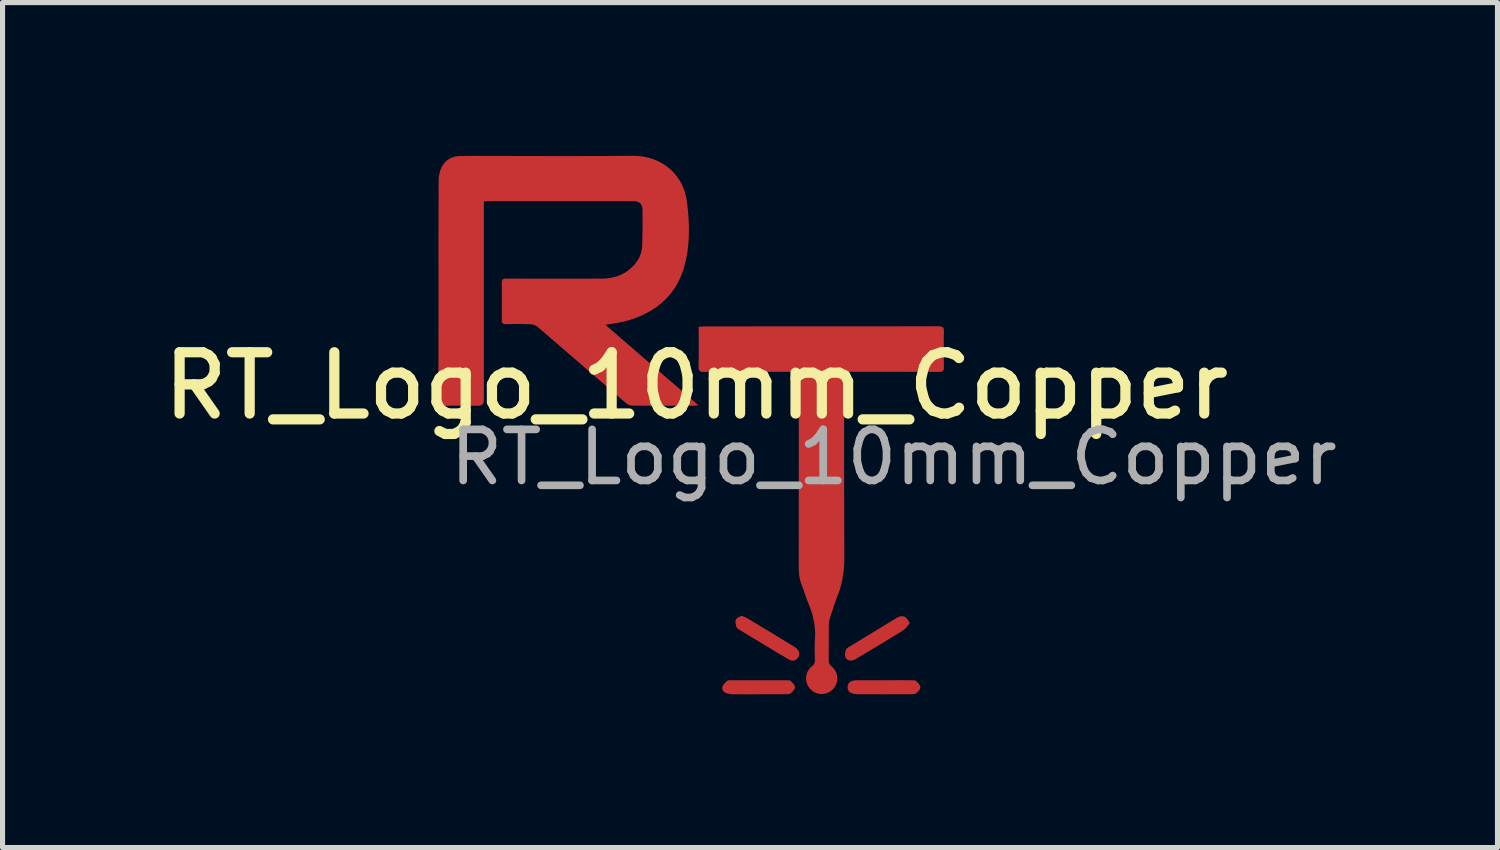
<source format=kicad_pcb>
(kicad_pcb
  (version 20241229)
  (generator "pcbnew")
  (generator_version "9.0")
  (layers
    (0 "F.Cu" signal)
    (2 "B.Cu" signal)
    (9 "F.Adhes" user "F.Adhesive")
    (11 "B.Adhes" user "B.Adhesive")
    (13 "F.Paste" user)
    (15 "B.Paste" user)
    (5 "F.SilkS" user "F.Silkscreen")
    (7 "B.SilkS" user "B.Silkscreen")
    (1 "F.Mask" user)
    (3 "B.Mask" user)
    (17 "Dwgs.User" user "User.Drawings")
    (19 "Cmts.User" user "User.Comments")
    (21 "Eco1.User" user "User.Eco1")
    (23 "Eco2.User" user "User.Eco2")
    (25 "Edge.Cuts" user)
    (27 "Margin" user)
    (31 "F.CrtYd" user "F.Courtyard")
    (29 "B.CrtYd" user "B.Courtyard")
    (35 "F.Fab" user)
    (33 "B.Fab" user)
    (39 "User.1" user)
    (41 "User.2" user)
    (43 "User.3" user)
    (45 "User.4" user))
  (footprint "RT_Logo_10mm_Copper"
    (layer "F.Cu")
    (at 10.58 5.1)
    (property "Reference" "RT_Logo_10mm_Copper" (at 0 -0.6 0) (unlocked yes) (layer "F.SilkS") (effects (font (size 1.2 1.2) (thickness 0.2))))
    (attr smd)
    (fp_poly (pts (xy 4.031 3.913) (xy 4.036 3.913) (xy 4.042 3.914) (xy 4.048 3.915) (xy 4.054 3.916) (xy 4.06 3.917) (xy 4.066 3.919) (xy 4.071 3.921) (xy 4.077 3.924) (xy 4.083 3.927) (xy 4.089 3.93) (xy 4.095 3.933) (xy 4.098 3.935) (xy 4.101 3.937) (xy 4.103 3.94) (xy 4.106 3.942) (xy 4.112 3.947) (xy 4.117 3.953) (xy 4.122 3.959) (xy 4.127 3.965) (xy 4.132 3.972) (xy 4.137 3.979) (xy 4.147 3.994) (xy 4.157 4.011) (xy 4.169 4.028) (xy 4.175 4.037) (xy 4.181 4.046) (xy 4.181 4.046) (xy 4.172 4.056) (xy 4.164 4.066) (xy 4.148 4.086) (xy 4.118 4.124) (xy 4.11 4.133) (xy 4.103 4.142) (xy 4.095 4.151) (xy 4.087 4.159) (xy 4.079 4.166) (xy 4.071 4.173) (xy 4.062 4.18) (xy 4.054 4.186) (xy 3.83 4.324) (xy 3.605 4.461) (xy 3.154 4.732) (xy 3.143 4.738) (xy 3.133 4.744) (xy 3.122 4.75) (xy 3.111 4.756) (xy 3.1 4.761) (xy 3.089 4.766) (xy 3.083 4.768) (xy 3.077 4.77) (xy 3.072 4.772) (xy 3.066 4.774) (xy 3.054 4.777) (xy 3.043 4.779) (xy 3.031 4.78) (xy 3.02 4.781) (xy 3.009 4.78) (xy 2.999 4.779) (xy 2.988 4.776) (xy 2.978 4.773) (xy 2.974 4.771) (xy 2.969 4.769) (xy 2.964 4.767) (xy 2.96 4.764) (xy 2.956 4.762) (xy 2.952 4.759) (xy 2.948 4.755) (xy 2.944 4.752) (xy 2.94 4.748) (xy 2.937 4.744) (xy 2.934 4.74) (xy 2.93 4.736) (xy 2.928 4.731) (xy 2.925 4.726) (xy 2.922 4.721) (xy 2.92 4.716) (xy 2.917 4.708) (xy 2.915 4.7) (xy 2.913 4.692) (xy 2.912 4.683) (xy 2.912 4.674) (xy 2.911 4.665) (xy 2.912 4.656) (xy 2.912 4.646) (xy 2.913 4.637) (xy 2.914 4.628) (xy 2.916 4.618) (xy 2.918 4.609) (xy 2.92 4.6) (xy 2.922 4.591) (xy 2.927 4.573) (xy 2.928 4.571) (xy 2.928 4.568) (xy 2.93 4.566) (xy 2.931 4.564) (xy 2.932 4.561) (xy 2.934 4.559) (xy 2.935 4.557) (xy 2.937 4.554) (xy 2.939 4.552) (xy 2.941 4.55) (xy 2.945 4.546) (xy 2.95 4.542) (xy 2.955 4.537) (xy 2.96 4.534) (xy 2.965 4.53) (xy 2.97 4.526) (xy 2.976 4.522) (xy 2.987 4.515) (xy 2.997 4.509) (xy 3.91 3.953) (xy 3.921 3.946) (xy 3.933 3.94) (xy 3.944 3.934) (xy 3.955 3.929) (xy 3.967 3.924) (xy 3.978 3.92) (xy 3.99 3.917) (xy 4.001 3.915) (xy 4.013 3.913) (xy 4.019 3.913) (xy 4.025 3.913)) (stroke (width 0) (type solid)) (fill yes) (layer "F.Cu"))
    (fp_poly (pts (xy 0.9 3.91) (xy 0.918 3.916) (xy 0.949 3.929) (xy 0.963 3.934) (xy 0.976 3.94) (xy 0.989 3.947) (xy 0.995 3.95) (xy 1.001 3.954) (xy 1.459 4.23) (xy 1.915 4.508) (xy 1.922 4.512) (xy 1.929 4.517) (xy 1.936 4.522) (xy 1.942 4.527) (xy 1.948 4.532) (xy 1.955 4.537) (xy 1.961 4.543) (xy 1.967 4.548) (xy 1.976 4.558) (xy 1.984 4.567) (xy 1.991 4.577) (xy 1.995 4.582) (xy 1.998 4.587) (xy 2.001 4.592) (xy 2.003 4.598) (xy 2.006 4.603) (xy 2.008 4.608) (xy 2.01 4.613) (xy 2.011 4.618) (xy 2.013 4.624) (xy 2.014 4.629) (xy 2.015 4.635) (xy 2.015 4.64) (xy 2.016 4.645) (xy 2.016 4.651) (xy 2.015 4.656) (xy 2.015 4.662) (xy 2.014 4.668) (xy 2.013 4.673) (xy 2.012 4.679) (xy 2.01 4.684) (xy 2.008 4.69) (xy 2.006 4.696) (xy 2.003 4.701) (xy 2.001 4.707) (xy 1.998 4.713) (xy 1.994 4.718) (xy 1.99 4.724) (xy 1.986 4.73) (xy 1.982 4.735) (xy 1.978 4.74) (xy 1.973 4.745) (xy 1.969 4.749) (xy 1.964 4.753) (xy 1.96 4.757) (xy 1.955 4.761) (xy 1.95 4.764) (xy 1.945 4.767) (xy 1.94 4.77) (xy 1.934 4.773) (xy 1.929 4.775) (xy 1.924 4.777) (xy 1.918 4.779) (xy 1.913 4.78) (xy 1.907 4.781) (xy 1.901 4.782) (xy 1.895 4.783) (xy 1.89 4.783) (xy 1.884 4.783) (xy 1.878 4.782) (xy 1.872 4.782) (xy 1.866 4.781) (xy 1.86 4.779) (xy 1.854 4.777) (xy 1.848 4.775) (xy 1.841 4.773) (xy 1.835 4.771) (xy 1.829 4.768) (xy 1.823 4.764) (xy 1.769 4.734) (xy 1.715 4.702) (xy 1.608 4.639) (xy 1.395 4.51) (xy 1.126 4.349) (xy 0.857 4.186) (xy 0.847 4.179) (xy 0.836 4.173) (xy 0.83 4.169) (xy 0.825 4.165) (xy 0.82 4.161) (xy 0.815 4.158) (xy 0.81 4.153) (xy 0.805 4.149) (xy 0.801 4.145) (xy 0.797 4.141) (xy 0.793 4.136) (xy 0.79 4.131) (xy 0.789 4.129) (xy 0.788 4.127) (xy 0.787 4.124) (xy 0.786 4.122) (xy 0.781 4.104) (xy 0.776 4.086) (xy 0.774 4.077) (xy 0.772 4.067) (xy 0.77 4.058) (xy 0.769 4.048) (xy 0.768 4.039) (xy 0.768 4.029) (xy 0.768 4.02) (xy 0.768 4.011) (xy 0.769 4.003) (xy 0.771 3.994) (xy 0.773 3.986) (xy 0.776 3.979) (xy 0.777 3.975) (xy 0.779 3.972) (xy 0.781 3.969) (xy 0.783 3.966) (xy 0.786 3.963) (xy 0.788 3.96) (xy 0.791 3.958) (xy 0.794 3.955) (xy 0.8 3.95) (xy 0.807 3.945) (xy 0.814 3.94) (xy 0.821 3.936) (xy 0.829 3.931) (xy 0.837 3.927) (xy 0.853 3.919) (xy 0.868 3.911) (xy 0.875 3.906) (xy 0.882 3.902)) (stroke (width 0) (type solid)) (fill yes) (layer "F.Cu"))
    (fp_poly (pts (xy 1.798 5.166) (xy 1.804 5.166) (xy 1.81 5.166) (xy 1.816 5.167) (xy 1.821 5.168) (xy 1.827 5.169) (xy 1.831 5.171) (xy 1.836 5.173) (xy 1.838 5.174) (xy 1.84 5.175) (xy 1.842 5.177) (xy 1.844 5.178) (xy 1.858 5.191) (xy 1.873 5.205) (xy 1.88 5.213) (xy 1.887 5.22) (xy 1.894 5.228) (xy 1.9 5.235) (xy 1.907 5.243) (xy 1.912 5.251) (xy 1.917 5.259) (xy 1.922 5.267) (xy 1.924 5.271) (xy 1.925 5.275) (xy 1.927 5.279) (xy 1.928 5.283) (xy 1.93 5.287) (xy 1.93 5.291) (xy 1.931 5.295) (xy 1.932 5.299) (xy 1.932 5.303) (xy 1.932 5.307) (xy 1.931 5.31) (xy 1.931 5.314) (xy 1.93 5.318) (xy 1.929 5.322) (xy 1.927 5.326) (xy 1.926 5.329) (xy 1.922 5.337) (xy 1.917 5.345) (xy 1.912 5.353) (xy 1.907 5.361) (xy 1.901 5.369) (xy 1.894 5.376) (xy 1.888 5.384) (xy 1.881 5.391) (xy 1.874 5.398) (xy 1.867 5.405) (xy 1.86 5.411) (xy 1.853 5.417) (xy 1.851 5.419) (xy 1.848 5.421) (xy 1.846 5.422) (xy 1.843 5.424) (xy 1.838 5.427) (xy 1.832 5.429) (xy 1.826 5.431) (xy 1.82 5.433) (xy 1.813 5.434) (xy 1.807 5.436) (xy 1.8 5.437) (xy 1.793 5.437) (xy 1.786 5.438) (xy 1.779 5.438) (xy 1.765 5.439) (xy 1.752 5.439) (xy 1.619 5.44) (xy 1.486 5.44) (xy 1.22 5.44) (xy 1.22 5.441) (xy 0.958 5.441) (xy 0.827 5.441) (xy 0.696 5.439) (xy 0.69 5.439) (xy 0.683 5.439) (xy 0.676 5.439) (xy 0.67 5.438) (xy 0.663 5.437) (xy 0.657 5.436) (xy 0.644 5.434) (xy 0.631 5.431) (xy 0.618 5.428) (xy 0.605 5.424) (xy 0.593 5.42) (xy 0.582 5.416) (xy 0.572 5.412) (xy 0.562 5.406) (xy 0.558 5.403) (xy 0.553 5.4) (xy 0.549 5.397) (xy 0.545 5.394) (xy 0.541 5.391) (xy 0.537 5.387) (xy 0.534 5.384) (xy 0.53 5.38) (xy 0.527 5.376) (xy 0.524 5.372) (xy 0.521 5.368) (xy 0.519 5.364) (xy 0.517 5.359) (xy 0.515 5.355) (xy 0.513 5.351) (xy 0.511 5.346) (xy 0.51 5.341) (xy 0.509 5.337) (xy 0.508 5.332) (xy 0.508 5.327) (xy 0.507 5.322) (xy 0.508 5.317) (xy 0.508 5.312) (xy 0.509 5.306) (xy 0.51 5.301) (xy 0.511 5.296) (xy 0.514 5.287) (xy 0.517 5.279) (xy 0.521 5.271) (xy 0.526 5.263) (xy 0.531 5.255) (xy 0.537 5.247) (xy 0.542 5.239) (xy 0.549 5.232) (xy 0.555 5.224) (xy 0.562 5.217) (xy 0.569 5.21) (xy 0.576 5.203) (xy 0.591 5.19) (xy 0.605 5.177) (xy 0.607 5.176) (xy 0.609 5.175) (xy 0.611 5.173) (xy 0.613 5.172) (xy 0.615 5.171) (xy 0.618 5.17) (xy 0.622 5.169) (xy 0.628 5.168) (xy 0.633 5.167) (xy 0.639 5.166) (xy 0.645 5.166) (xy 0.651 5.166) (xy 0.657 5.166) (xy 0.669 5.166) (xy 0.681 5.166) (xy 0.692 5.166) (xy 1.756 5.166) (xy 1.78 5.166) (xy 1.792 5.165)) (stroke (width 0) (type solid)) (fill yes) (layer "F.Cu"))
    (fp_poly (pts (xy 4.212 5.166) (xy 4.235 5.166) (xy 4.247 5.166) (xy 4.253 5.166) (xy 4.259 5.166) (xy 4.265 5.167) (xy 4.271 5.168) (xy 4.276 5.169) (xy 4.282 5.17) (xy 4.286 5.172) (xy 4.291 5.174) (xy 4.293 5.175) (xy 4.295 5.176) (xy 4.297 5.177) (xy 4.299 5.179) (xy 4.313 5.192) (xy 4.328 5.206) (xy 4.335 5.213) (xy 4.342 5.221) (xy 4.349 5.229) (xy 4.355 5.236) (xy 4.361 5.244) (xy 4.367 5.252) (xy 4.372 5.26) (xy 4.376 5.268) (xy 4.378 5.272) (xy 4.38 5.277) (xy 4.382 5.281) (xy 4.383 5.285) (xy 4.384 5.289) (xy 4.385 5.293) (xy 4.386 5.297) (xy 4.386 5.301) (xy 4.386 5.305) (xy 4.386 5.308) (xy 4.386 5.312) (xy 4.385 5.316) (xy 4.384 5.319) (xy 4.383 5.323) (xy 4.382 5.327) (xy 4.38 5.331) (xy 4.376 5.339) (xy 4.372 5.347) (xy 4.367 5.355) (xy 4.361 5.362) (xy 4.355 5.37) (xy 4.348 5.378) (xy 4.341 5.385) (xy 4.335 5.392) (xy 4.327 5.399) (xy 4.32 5.406) (xy 4.313 5.412) (xy 4.307 5.418) (xy 4.304 5.42) (xy 4.302 5.422) (xy 4.299 5.423) (xy 4.297 5.425) (xy 4.291 5.427) (xy 4.286 5.43) (xy 4.28 5.432) (xy 4.273 5.434) (xy 4.267 5.435) (xy 4.26 5.436) (xy 4.253 5.437) (xy 4.246 5.438) (xy 4.239 5.439) (xy 4.232 5.439) (xy 4.218 5.44) (xy 4.205 5.44) (xy 3.677 5.441) (xy 3.149 5.44) (xy 3.143 5.44) (xy 3.137 5.439) (xy 3.131 5.439) (xy 3.125 5.438) (xy 3.119 5.438) (xy 3.113 5.437) (xy 3.101 5.435) (xy 3.089 5.433) (xy 3.077 5.43) (xy 3.065 5.427) (xy 3.053 5.423) (xy 3.048 5.421) (xy 3.042 5.419) (xy 3.037 5.417) (xy 3.031 5.415) (xy 3.026 5.412) (xy 3.022 5.409) (xy 3.017 5.407) (xy 3.012 5.404) (xy 3.008 5.401) (xy 3.004 5.398) (xy 3 5.394) (xy 2.996 5.391) (xy 2.993 5.387) (xy 2.989 5.383) (xy 2.986 5.38) (xy 2.983 5.376) (xy 2.98 5.371) (xy 2.978 5.367) (xy 2.975 5.363) (xy 2.973 5.358) (xy 2.971 5.353) (xy 2.969 5.349) (xy 2.967 5.344) (xy 2.966 5.339) (xy 2.965 5.334) (xy 2.964 5.328) (xy 2.963 5.323) (xy 2.962 5.317) (xy 2.962 5.311) (xy 2.962 5.306) (xy 2.962 5.3) (xy 2.962 5.294) (xy 2.963 5.287) (xy 2.963 5.281) (xy 2.964 5.275) (xy 2.965 5.269) (xy 2.967 5.263) (xy 2.968 5.258) (xy 2.97 5.252) (xy 2.972 5.247) (xy 2.974 5.242) (xy 2.977 5.237) (xy 2.979 5.233) (xy 2.982 5.228) (xy 2.985 5.224) (xy 2.988 5.22) (xy 2.991 5.216) (xy 2.995 5.212) (xy 2.999 5.208) (xy 3.003 5.205) (xy 3.007 5.201) (xy 3.011 5.198) (xy 3.015 5.195) (xy 3.02 5.192) (xy 3.025 5.19) (xy 3.029 5.187) (xy 3.04 5.183) (xy 3.051 5.179) (xy 3.062 5.175) (xy 3.074 5.172) (xy 3.083 5.171) (xy 3.092 5.17) (xy 3.102 5.169) (xy 3.111 5.168) (xy 3.12 5.167) (xy 3.129 5.167) (xy 3.138 5.167) (xy 3.147 5.166) (xy 3.679 5.166) (xy 3.679 5.166) (xy 3.679 5.166) (xy 3.946 5.165)) (stroke (width 0) (type solid)) (fill yes) (layer "F.Cu"))
    (fp_poly (pts (xy 4.759 -1.762) (xy 4.771 -1.762) (xy 4.783 -1.76) (xy 4.793 -1.758) (xy 4.798 -1.757) (xy 4.803 -1.756) (xy 4.807 -1.754) (xy 4.811 -1.753) (xy 4.815 -1.751) (xy 4.819 -1.748) (xy 4.822 -1.746) (xy 4.825 -1.743) (xy 4.828 -1.74) (xy 4.831 -1.737) (xy 4.833 -1.734) (xy 4.836 -1.73) (xy 4.838 -1.726) (xy 4.84 -1.722) (xy 4.841 -1.718) (xy 4.843 -1.713) (xy 4.844 -1.708) (xy 4.845 -1.702) (xy 4.846 -1.697) (xy 4.846 -1.691) (xy 4.847 -1.678) (xy 4.847 -1.663) (xy 4.844 -1.487) (xy 4.844 -1.311) (xy 4.844 -1.135) (xy 4.847 -0.959) (xy 4.846 -0.947) (xy 4.846 -0.936) (xy 4.845 -0.93) (xy 4.845 -0.926) (xy 4.844 -0.921) (xy 4.843 -0.916) (xy 4.841 -0.912) (xy 4.84 -0.908) (xy 4.839 -0.905) (xy 4.837 -0.901) (xy 4.835 -0.898) (xy 4.833 -0.895) (xy 4.83 -0.892) (xy 4.828 -0.889) (xy 4.825 -0.887) (xy 4.822 -0.884) (xy 4.819 -0.882) (xy 4.816 -0.881) (xy 4.812 -0.879) (xy 4.809 -0.877) (xy 4.805 -0.876) (xy 4.8 -0.875) (xy 4.796 -0.874) (xy 4.791 -0.873) (xy 4.781 -0.872) (xy 4.77 -0.871) (xy 4.758 -0.871) (xy 3.006 -0.872) (xy 2.894 -0.872) (xy 2.894 -0.872) (xy 2.894 -0.756) (xy 2.893 0.996) (xy 2.898 2.747) (xy 2.897 2.846) (xy 2.892 2.943) (xy 2.888 2.991) (xy 2.883 3.039) (xy 2.877 3.086) (xy 2.869 3.133) (xy 2.861 3.18) (xy 2.852 3.227) (xy 2.841 3.274) (xy 2.829 3.32) (xy 2.816 3.367) (xy 2.801 3.413) (xy 2.785 3.459) (xy 2.768 3.505) (xy 2.746 3.561) (xy 2.726 3.618) (xy 2.706 3.675) (xy 2.686 3.732) (xy 2.649 3.846) (xy 2.612 3.961) (xy 2.61 3.969) (xy 2.608 3.977) (xy 2.606 3.985) (xy 2.604 3.992) (xy 2.601 4.008) (xy 2.598 4.025) (xy 2.596 4.041) (xy 2.595 4.057) (xy 2.594 4.074) (xy 2.594 4.09) (xy 2.592 4.777) (xy 2.592 4.787) (xy 2.592 4.796) (xy 2.593 4.804) (xy 2.595 4.813) (xy 2.597 4.821) (xy 2.599 4.828) (xy 2.602 4.836) (xy 2.605 4.843) (xy 2.608 4.85) (xy 2.613 4.856) (xy 2.617 4.863) (xy 2.622 4.869) (xy 2.628 4.875) (xy 2.634 4.882) (xy 2.641 4.888) (xy 2.648 4.894) (xy 2.661 4.905) (xy 2.673 4.917) (xy 2.684 4.929) (xy 2.695 4.942) (xy 2.705 4.955) (xy 2.713 4.968) (xy 2.722 4.981) (xy 2.729 4.995) (xy 2.736 5.01) (xy 2.742 5.024) (xy 2.747 5.039) (xy 2.751 5.053) (xy 2.754 5.068) (xy 2.757 5.084) (xy 2.759 5.099) (xy 2.76 5.114) (xy 2.761 5.129) (xy 2.76 5.145) (xy 2.759 5.16) (xy 2.757 5.175) (xy 2.754 5.19) (xy 2.751 5.206) (xy 2.746 5.22) (xy 2.741 5.235) (xy 2.735 5.25) (xy 2.729 5.264) (xy 2.721 5.278) (xy 2.713 5.292) (xy 2.704 5.305) (xy 2.694 5.318) (xy 2.683 5.331) (xy 2.672 5.343) (xy 2.66 5.355) (xy 2.648 5.365) (xy 2.636 5.375) (xy 2.623 5.384) (xy 2.61 5.392) (xy 2.597 5.4) (xy 2.583 5.407) (xy 2.569 5.413) (xy 2.555 5.418) (xy 2.541 5.423) (xy 2.526 5.427) (xy 2.512 5.43) (xy 2.497 5.432) (xy 2.482 5.434) (xy 2.467 5.435) (xy 2.452 5.435) (xy 2.437 5.435) (xy 2.422 5.433) (xy 2.408 5.432) (xy 2.393 5.429) (xy 2.378 5.425) (xy 2.364 5.421) (xy 2.349 5.416) (xy 2.335 5.411) (xy 2.321 5.404) (xy 2.308 5.397) (xy 2.294 5.389) (xy 2.281 5.381) (xy 2.269 5.371) (xy 2.256 5.361) (xy 2.245 5.351) (xy 2.233 5.339) (xy 2.222 5.327) (xy 2.211 5.314) (xy 2.202 5.301) (xy 2.193 5.287) (xy 2.185 5.273) (xy 2.178 5.259) (xy 2.171 5.245) (xy 2.166 5.23) (xy 2.161 5.215) (xy 2.157 5.2) (xy 2.153 5.185) (xy 2.151 5.17) (xy 2.149 5.155) (xy 2.148 5.139) (xy 2.148 5.124) (xy 2.149 5.109) (xy 2.15 5.094) (xy 2.152 5.078) (xy 2.155 5.063) (xy 2.159 5.048) (xy 2.164 5.033) (xy 2.169 5.019) (xy 2.175 5.005) (xy 2.182 4.99) (xy 2.19 4.977) (xy 2.198 4.963) (xy 2.207 4.95) (xy 2.217 4.937) (xy 2.228 4.925) (xy 2.24 4.913) (xy 2.252 4.902) (xy 2.265 4.891) (xy 2.273 4.884) (xy 2.281 4.877) (xy 2.287 4.871) (xy 2.293 4.864) (xy 2.296 4.86) (xy 2.298 4.857) (xy 2.301 4.853) (xy 2.303 4.849) (xy 2.305 4.846) (xy 2.307 4.842) (xy 2.309 4.838) (xy 2.311 4.835) (xy 2.314 4.827) (xy 2.316 4.819) (xy 2.318 4.811) (xy 2.319 4.802) (xy 2.32 4.794) (xy 2.321 4.785) (xy 2.321 4.775) (xy 2.321 4.766) (xy 2.317 4.573) (xy 2.317 4.525) (xy 2.318 4.477) (xy 2.319 4.429) (xy 2.322 4.381) (xy 2.325 4.334) (xy 2.326 4.288) (xy 2.326 4.242) (xy 2.324 4.196) (xy 2.321 4.15) (xy 2.316 4.105) (xy 2.31 4.06) (xy 2.302 4.015) (xy 2.293 3.971) (xy 2.283 3.926) (xy 2.272 3.882) (xy 2.259 3.839) (xy 2.245 3.795) (xy 2.23 3.751) (xy 2.213 3.708) (xy 2.196 3.665) (xy 2.177 3.619) (xy 2.16 3.574) (xy 2.128 3.481) (xy 2.096 3.388) (xy 2.079 3.342) (xy 2.062 3.296) (xy 2.054 3.275) (xy 2.047 3.255) (xy 2.04 3.234) (xy 2.035 3.213) (xy 2.029 3.191) (xy 2.025 3.17) (xy 2.021 3.149) (xy 2.017 3.128) (xy 2.014 3.106) (xy 2.012 3.085) (xy 2.008 3.041) (xy 2.006 2.997) (xy 2.005 2.953) (xy 2.007 -0.747) (xy 2.007 -0.823) (xy 2.007 -0.836) (xy 2.006 -0.841) (xy 2.005 -0.846) (xy 2.004 -0.85) (xy 2.002 -0.854) (xy 2 -0.857) (xy 1.998 -0.86) (xy 1.995 -0.863) (xy 1.992 -0.865) (xy 1.988 -0.867) (xy 1.984 -0.868) (xy 1.979 -0.869) (xy 1.974 -0.87) (xy 1.961 -0.871) (xy 1.945 -0.872) (xy 1.926 -0.872) (xy 1.878 -0.872) (xy 1.014 -0.872) (xy 0.151 -0.87) (xy 0.136 -0.87) (xy 0.123 -0.871) (xy 0.111 -0.872) (xy 0.105 -0.873) (xy 0.1 -0.874) (xy 0.095 -0.875) (xy 0.09 -0.877) (xy 0.085 -0.878) (xy 0.081 -0.88) (xy 0.077 -0.882) (xy 0.073 -0.885) (xy 0.07 -0.887) (xy 0.067 -0.89) (xy 0.064 -0.893) (xy 0.061 -0.896) (xy 0.058 -0.9) (xy 0.056 -0.903) (xy 0.054 -0.907) (xy 0.052 -0.912) (xy 0.05 -0.916) (xy 0.049 -0.921) (xy 0.048 -0.927) (xy 0.047 -0.933) (xy 0.046 -0.939) (xy 0.045 -0.945) (xy 0.044 -0.959) (xy 0.044 -0.974) (xy 0.047 -1.166) (xy 0.048 -1.36) (xy 0.046 -1.752) (xy 0.059 -1.753) (xy 0.072 -1.755) (xy 0.097 -1.757) (xy 0.109 -1.759) (xy 0.121 -1.76) (xy 0.132 -1.76) (xy 0.144 -1.761) (xy 4.745 -1.763)) (stroke (width 0) (type solid)) (fill yes) (layer "F.Cu"))
    (fp_poly (pts (xy -1.2 -5.1) (xy -1.148 -5.097) (xy -1.097 -5.093) (xy -1.047 -5.086) (xy -0.998 -5.077) (xy -0.95 -5.066) (xy -0.903 -5.053) (xy -0.858 -5.039) (xy -0.813 -5.022) (xy -0.769 -5.004) (xy -0.727 -4.984) (xy -0.686 -4.962) (xy -0.646 -4.938) (xy -0.607 -4.913) (xy -0.57 -4.886) (xy -0.534 -4.858) (xy -0.5 -4.828) (xy -0.467 -4.797) (xy -0.436 -4.764) (xy -0.406 -4.73) (xy -0.378 -4.694) (xy -0.352 -4.657) (xy -0.327 -4.619) (xy -0.304 -4.58) (xy -0.283 -4.539) (xy -0.264 -4.497) (xy -0.246 -4.454) (xy -0.23 -4.41) (xy -0.217 -4.365) (xy -0.205 -4.319) (xy -0.195 -4.273) (xy -0.187 -4.225) (xy -0.168 -4.07) (xy -0.154 -3.914) (xy -0.146 -3.758) (xy -0.144 -3.679) (xy -0.145 -3.601) (xy -0.147 -3.523) (xy -0.151 -3.445) (xy -0.157 -3.367) (xy -0.165 -3.289) (xy -0.175 -3.212) (xy -0.188 -3.134) (xy -0.204 -3.057) (xy -0.222 -2.98) (xy -0.252 -2.874) (xy -0.288 -2.773) (xy -0.33 -2.678) (xy -0.377 -2.587) (xy -0.429 -2.502) (xy -0.487 -2.422) (xy -0.55 -2.346) (xy -0.618 -2.276) (xy -0.69 -2.211) (xy -0.767 -2.15) (xy -0.849 -2.094) (xy -0.936 -2.042) (xy -1.027 -1.995) (xy -1.122 -1.952) (xy -1.221 -1.914) (xy -1.324 -1.88) (xy -1.351 -1.872) (xy -1.378 -1.865) (xy -1.432 -1.852) (xy -1.488 -1.841) (xy -1.544 -1.831) (xy -1.659 -1.812) (xy -1.718 -1.802) (xy -1.778 -1.791) (xy 0.043 -0.216) (xy 0.014 -0.213) (xy -0.008 -0.211) (xy -0.018 -0.21) (xy -0.027 -0.209) (xy -0.036 -0.209) (xy -0.044 -0.208) (xy -0.65 -0.208) (xy -1.256 -0.21) (xy -1.263 -0.21) (xy -1.27 -0.211) (xy -1.278 -0.212) (xy -1.286 -0.214) (xy -1.293 -0.216) (xy -1.301 -0.218) (xy -1.309 -0.22) (xy -1.317 -0.223) (xy -1.324 -0.226) (xy -1.331 -0.23) (xy -1.339 -0.233) (xy -1.346 -0.237) (xy -1.352 -0.241) (xy -1.359 -0.246) (xy -1.365 -0.25) (xy -1.371 -0.255) (xy -3.106 -1.751) (xy -3.112 -1.757) (xy -3.12 -1.762) (xy -3.127 -1.767) (xy -3.135 -1.772) (xy -3.143 -1.776) (xy -3.152 -1.78) (xy -3.161 -1.784) (xy -3.17 -1.788) (xy -3.179 -1.791) (xy -3.188 -1.794) (xy -3.197 -1.796) (xy -3.206 -1.799) (xy -3.216 -1.8) (xy -3.225 -1.802) (xy -3.234 -1.803) (xy -3.243 -1.803) (xy -3.303 -1.805) (xy -3.363 -1.807) (xy -3.484 -1.808) (xy -3.605 -1.807) (xy -3.725 -1.804) (xy -3.737 -1.804) (xy -3.743 -1.805) (xy -3.748 -1.805) (xy -3.753 -1.805) (xy -3.758 -1.806) (xy -3.762 -1.807) (xy -3.766 -1.808) (xy -3.77 -1.809) (xy -3.774 -1.811) (xy -3.777 -1.812) (xy -3.781 -1.814) (xy -3.784 -1.816) (xy -3.787 -1.818) (xy -3.789 -1.82) (xy -3.792 -1.823) (xy -3.794 -1.825) (xy -3.796 -1.828) (xy -3.798 -1.831) (xy -3.8 -1.834) (xy -3.801 -1.838) (xy -3.803 -1.841) (xy -3.804 -1.845) (xy -3.805 -1.849) (xy -3.806 -1.853) (xy -3.807 -1.858) (xy -3.808 -1.867) (xy -3.808 -1.878) (xy -3.808 -1.889) (xy -3.807 -2.069) (xy -3.806 -2.249) (xy -3.807 -2.429) (xy -3.809 -2.609) (xy -3.809 -2.622) (xy -3.808 -2.633) (xy -3.807 -2.638) (xy -3.807 -2.643) (xy -3.806 -2.648) (xy -3.805 -2.652) (xy -3.803 -2.657) (xy -3.802 -2.661) (xy -3.8 -2.664) (xy -3.799 -2.668) (xy -3.797 -2.671) (xy -3.794 -2.674) (xy -3.792 -2.677) (xy -3.79 -2.679) (xy -3.787 -2.682) (xy -3.784 -2.684) (xy -3.781 -2.686) (xy -3.777 -2.687) (xy -3.774 -2.689) (xy -3.77 -2.69) (xy -3.766 -2.692) (xy -3.762 -2.693) (xy -3.757 -2.694) (xy -3.753 -2.695) (xy -3.743 -2.696) (xy -3.732 -2.696) (xy -3.72 -2.696) (xy -2.787 -2.695) (xy -1.853 -2.696) (xy -1.81 -2.697) (xy -1.768 -2.7) (xy -1.726 -2.704) (xy -1.685 -2.71) (xy -1.644 -2.718) (xy -1.604 -2.727) (xy -1.564 -2.739) (xy -1.526 -2.752) (xy -1.488 -2.767) (xy -1.45 -2.785) (xy -1.414 -2.804) (xy -1.378 -2.825) (xy -1.344 -2.849) (xy -1.31 -2.875) (xy -1.277 -2.903) (xy -1.245 -2.934) (xy -1.225 -2.955) (xy -1.206 -2.976) (xy -1.188 -2.998) (xy -1.171 -3.021) (xy -1.155 -3.044) (xy -1.14 -3.068) (xy -1.126 -3.092) (xy -1.114 -3.117) (xy -1.102 -3.142) (xy -1.092 -3.168) (xy -1.084 -3.194) (xy -1.076 -3.221) (xy -1.07 -3.248) (xy -1.066 -3.276) (xy -1.062 -3.304) (xy -1.06 -3.333) (xy -1.055 -3.511) (xy -1.052 -3.689) (xy -1.052 -3.867) (xy -1.054 -4.045) (xy -1.054 -4.056) (xy -1.055 -4.066) (xy -1.056 -4.076) (xy -1.057 -4.085) (xy -1.059 -4.095) (xy -1.061 -4.104) (xy -1.063 -4.112) (xy -1.066 -4.12) (xy -1.069 -4.128) (xy -1.072 -4.135) (xy -1.076 -4.142) (xy -1.08 -4.149) (xy -1.084 -4.155) (xy -1.089 -4.161) (xy -1.094 -4.166) (xy -1.099 -4.172) (xy -1.105 -4.176) (xy -1.111 -4.181) (xy -1.117 -4.185) (xy -1.124 -4.189) (xy -1.131 -4.192) (xy -1.138 -4.196) (xy -1.146 -4.199) (xy -1.154 -4.201) (xy -1.163 -4.203) (xy -1.171 -4.205) (xy -1.181 -4.207) (xy -1.19 -4.208) (xy -1.21 -4.21) (xy -1.232 -4.211) (xy -4.097 -4.211) (xy -4.103 -4.211) (xy -4.109 -4.211) (xy -4.115 -4.21) (xy -4.122 -4.209) (xy -4.138 -4.208) (xy -4.148 -4.207) (xy -4.158 -4.206) (xy -4.158 -4.205) (xy -4.158 -4.093) (xy -4.158 -0.319) (xy -4.159 -0.306) (xy -4.159 -0.3) (xy -4.16 -0.293) (xy -4.161 -0.287) (xy -4.162 -0.282) (xy -4.164 -0.276) (xy -4.165 -0.271) (xy -4.167 -0.266) (xy -4.169 -0.261) (xy -4.171 -0.256) (xy -4.174 -0.252) (xy -4.176 -0.247) (xy -4.179 -0.243) (xy -4.182 -0.24) (xy -4.186 -0.236) (xy -4.189 -0.233) (xy -4.193 -0.229) (xy -4.197 -0.226) (xy -4.201 -0.224) (xy -4.206 -0.221) (xy -4.21 -0.219) (xy -4.215 -0.217) (xy -4.22 -0.215) (xy -4.225 -0.213) (xy -4.231 -0.212) (xy -4.236 -0.211) (xy -4.242 -0.21) (xy -4.248 -0.209) (xy -4.255 -0.209) (xy -4.261 -0.208) (xy -4.268 -0.208) (xy -4.608 -0.209) (xy -4.778 -0.209) (xy -4.948 -0.206) (xy -4.962 -0.206) (xy -4.974 -0.207) (xy -4.986 -0.208) (xy -4.991 -0.209) (xy -4.996 -0.21) (xy -5.001 -0.211) (xy -5.006 -0.212) (xy -5.01 -0.214) (xy -5.014 -0.216) (xy -5.018 -0.218) (xy -5.021 -0.22) (xy -5.024 -0.223) (xy -5.027 -0.225) (xy -5.03 -0.228) (xy -5.033 -0.232) (xy -5.035 -0.235) (xy -5.037 -0.239) (xy -5.039 -0.243) (xy -5.041 -0.247) (xy -5.042 -0.252) (xy -5.044 -0.256) (xy -5.045 -0.261) (xy -5.046 -0.267) (xy -5.047 -0.272) (xy -5.047 -0.278) (xy -5.048 -0.291) (xy -5.048 -0.306) (xy -5.046 -2.401) (xy -5.047 -3.502) (xy -5.044 -4.603) (xy -5.044 -4.62) (xy -5.043 -4.636) (xy -5.042 -4.653) (xy -5.041 -4.669) (xy -5.039 -4.686) (xy -5.037 -4.703) (xy -5.034 -4.72) (xy -5.031 -4.736) (xy -5.027 -4.753) (xy -5.023 -4.769) (xy -5.019 -4.785) (xy -5.014 -4.802) (xy -5.009 -4.817) (xy -5.004 -4.833) (xy -4.998 -4.848) (xy -4.991 -4.863) (xy -4.985 -4.877) (xy -4.978 -4.891) (xy -4.97 -4.904) (xy -4.963 -4.917) (xy -4.955 -4.929) (xy -4.946 -4.941) (xy -4.937 -4.952) (xy -4.928 -4.963) (xy -4.919 -4.973) (xy -4.909 -4.983) (xy -4.899 -4.993) (xy -4.889 -5.002) (xy -4.878 -5.011) (xy -4.867 -5.019) (xy -4.856 -5.027) (xy -4.845 -5.035) (xy -4.833 -5.042) (xy -4.821 -5.048) (xy -4.809 -5.055) (xy -4.796 -5.06) (xy -4.783 -5.066) (xy -4.77 -5.071) (xy -4.756 -5.075) (xy -4.743 -5.079) (xy -4.729 -5.083) (xy -4.715 -5.086) (xy -4.7 -5.089) (xy -4.686 -5.091) (xy -4.656 -5.094) (xy -4.625 -5.096) (xy -4.482 -5.098) (xy -4.339 -5.099) (xy -4.052 -5.098) (xy -2.652 -5.095) (xy -1.953 -5.096) (xy -1.253 -5.1)) (stroke (width 0) (type solid)) (fill yes) (layer "F.Cu"))
    (fp_poly (pts (xy 0.882 3.902) (xy 0.882 3.902) (xy 0.882 3.902)) (stroke (width 0) (type solid)) (fill yes) (layer "F.SilkS"))
    (fp_text user "${REFERENCE}" (at -4.9 0.8 0) (unlocked yes) (layer "F.Fab") (effects (font (size 1 1) (thickness 0.15)) (justify left))))
  (gr_rect
    (start -3 -3)
    (end 26.263 13.541)
    (stroke (width 0.1) (type default))
    (fill no)
    (layer "Edge.Cuts")))
</source>
